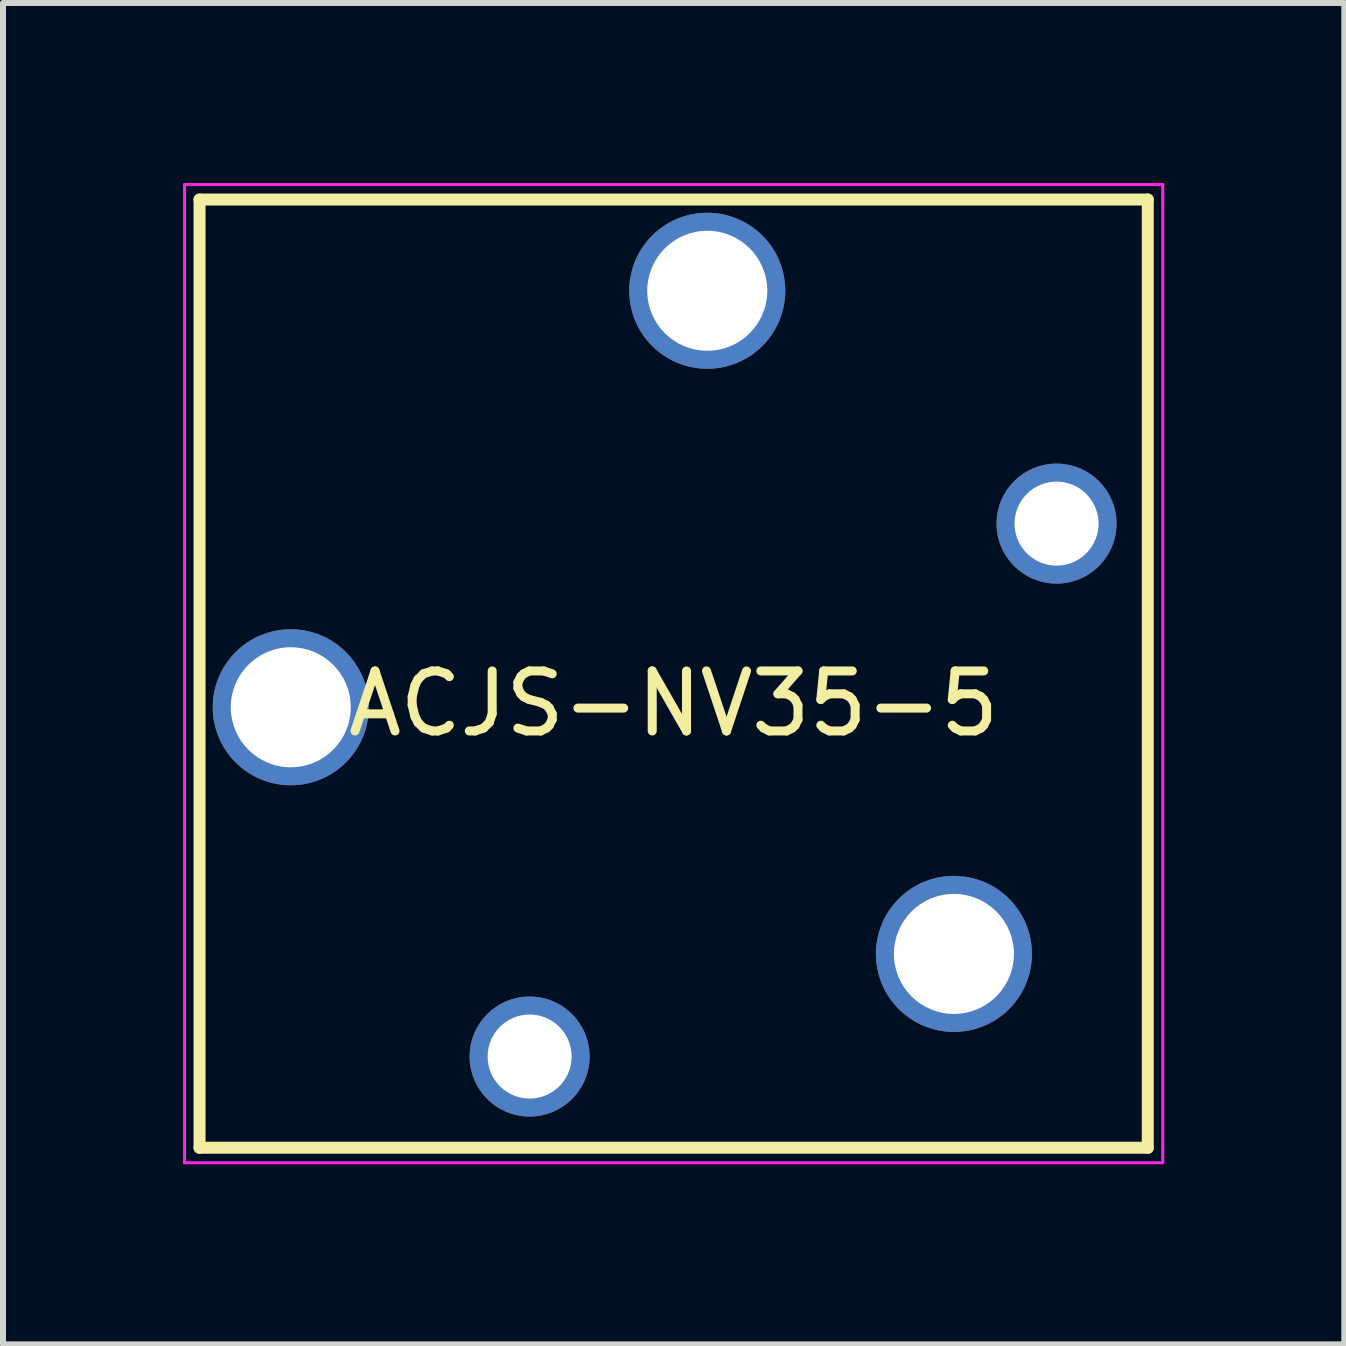
<source format=kicad_pcb>
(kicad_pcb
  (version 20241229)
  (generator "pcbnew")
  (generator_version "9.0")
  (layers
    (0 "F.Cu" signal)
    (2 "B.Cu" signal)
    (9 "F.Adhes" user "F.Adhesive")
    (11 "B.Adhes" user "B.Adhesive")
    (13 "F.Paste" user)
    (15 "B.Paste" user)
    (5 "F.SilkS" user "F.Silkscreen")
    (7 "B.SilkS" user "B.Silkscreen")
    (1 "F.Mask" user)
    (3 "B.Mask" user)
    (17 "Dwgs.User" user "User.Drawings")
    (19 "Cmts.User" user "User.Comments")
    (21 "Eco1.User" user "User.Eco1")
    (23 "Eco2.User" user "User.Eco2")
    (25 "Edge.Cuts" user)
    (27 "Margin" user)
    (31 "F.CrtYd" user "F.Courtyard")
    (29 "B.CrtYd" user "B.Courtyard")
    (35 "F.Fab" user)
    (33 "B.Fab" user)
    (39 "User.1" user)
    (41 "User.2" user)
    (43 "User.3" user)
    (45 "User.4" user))
  (footprint "ACJS-NV35-5"
    (layer "F.Cu")
    (at 8.175 8.175)
    (property "Reference" "ACJS-NV35-5" (at 0 0.5 0) (layer "F.SilkS") (effects (font (size 1 1) (thickness 0.15))))
    (attr through_hole)
    (fp_line (start -7.9 -7.9) (end 7.9 -7.9) (stroke (width 0.2) (type solid)) (layer "F.SilkS"))
    (fp_line (start -7.9 7.9) (end -7.9 -7.9) (stroke (width 0.2) (type solid)) (layer "F.SilkS"))
    (fp_line (start 7.9 -7.9) (end 7.9 7.9) (stroke (width 0.2) (type solid)) (layer "F.SilkS"))
    (fp_line (start 7.9 7.9) (end -7.9 7.9) (stroke (width 0.2) (type solid)) (layer "F.SilkS"))
    (fp_line (start -8.15 -8.15) (end 8.15 -8.15) (stroke (width 0.05) (type solid)) (layer "F.CrtYd"))
    (fp_line (start -8.15 8.15) (end -8.15 -8.15) (stroke (width 0.05) (type solid)) (layer "F.CrtYd"))
    (fp_line (start 8.15 -8.15) (end 8.15 8.15) (stroke (width 0.05) (type solid)) (layer "F.CrtYd"))
    (fp_line (start 8.15 8.15) (end -8.15 8.15) (stroke (width 0.05) (type solid)) (layer "F.CrtYd"))
    (pad "1" thru_hole circle (at 4.67 4.67) (size 2.6 2.6) (drill 2) (layers "*.Cu" "*.Mask"))
    (pad "2" thru_hole circle (at -2.4 6.38) (size 2 2) (drill 1.4) (layers "*.Cu" "*.Mask"))
    (pad "3" thru_hole circle (at -6.38 0.56) (size 2.6 2.6) (drill 2) (layers "*.Cu" "*.Mask"))
    (pad "4" thru_hole circle (at 0.56 -6.38) (size 2.6 2.6) (drill 2) (layers "*.Cu" "*.Mask"))
    (pad "5" thru_hole circle (at 6.38 -2.5) (size 2 2) (drill 1.4) (layers "*.Cu" "*.Mask")))
  (gr_rect
    (start -3 -3)
    (end 19.35 19.35)
    (stroke (width 0.1) (type default))
    (fill no)
    (layer "Edge.Cuts")))
</source>
